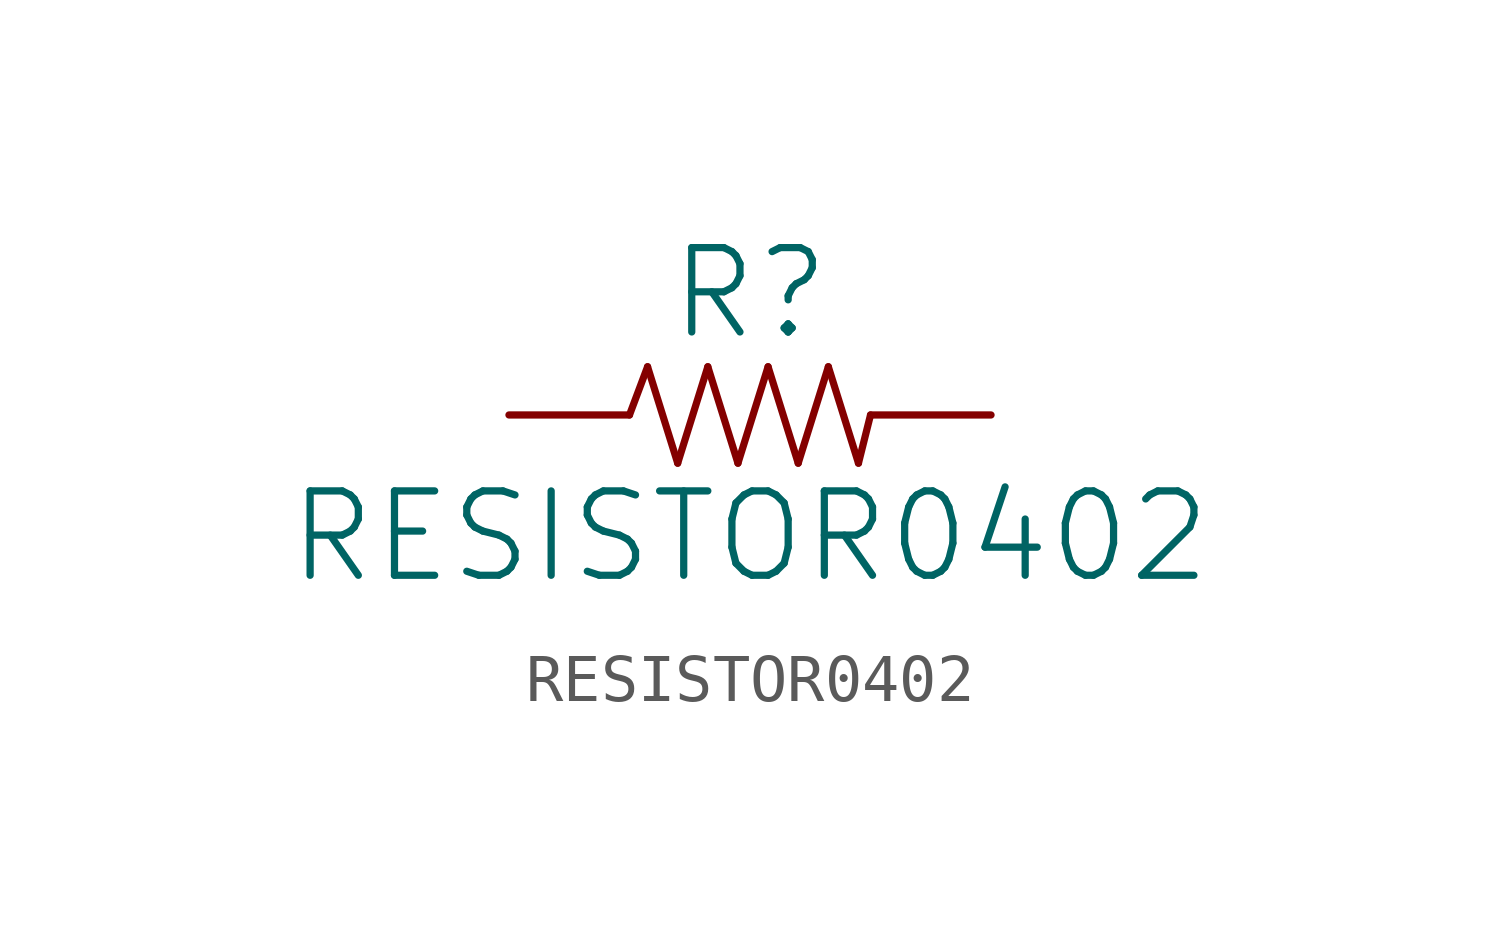
<source format=kicad_sym>
(kicad_symbol_lib
  (version 20220331)
  (generator kicad_symbol_editor)
  (symbol "RESISTOR0402"
    (property "Reference" "R"
      (at 0 1.524 0)
      (effects (font (size 1.778 1.778)) (justify bottom)))
    (property "Value" "RESISTOR0402"
      (at 0 -1.524 0)
      (effects (font (size 1.778 1.778)) (justify top)))
    (property "ki_locked" ""
      (at 0 0 0)
      (effects (font (size 1.27 1.27))))
    (symbol "RESISTOR0402_1_0"
      (polyline (pts (xy -2.54 0) (xy -2.159 1.016)) (stroke (width 0.152) (type solid)) (fill (type none)))
      (polyline (pts (xy -2.159 1.016) (xy -1.524 -1.016)) (stroke (width 0.152) (type solid)) (fill (type none)))
      (polyline (pts (xy -1.524 -1.016) (xy -0.889 1.016)) (stroke (width 0.152) (type solid)) (fill (type none)))
      (polyline (pts (xy -0.889 1.016) (xy -0.254 -1.016)) (stroke (width 0.152) (type solid)) (fill (type none)))
      (polyline (pts (xy -0.254 -1.016) (xy 0.381 1.016)) (stroke (width 0.152) (type solid)) (fill (type none)))
      (polyline (pts (xy 0.381 1.016) (xy 1.016 -1.016)) (stroke (width 0.152) (type solid)) (fill (type none)))
      (polyline (pts (xy 1.016 -1.016) (xy 1.651 1.016)) (stroke (width 0.152) (type solid)) (fill (type none)))
      (polyline (pts (xy 1.651 1.016) (xy 2.286 -1.016)) (stroke (width 0.152) (type solid)) (fill (type none)))
      (polyline (pts (xy 2.286 -1.016) (xy 2.54 0)) (stroke (width 0.152) (type solid)) (fill (type none)))
      (pin passive line (at -5.08 0 0) (length 2.54) (name "1" (effects (font (size 0 0)))) (number "1" (effects (font (size 0 0)))))
      (pin passive line (at 5.08 0 180) (length 2.54) (name "2" (effects (font (size 0 0)))) (number "2" (effects (font (size 0 0))))))))
</source>
